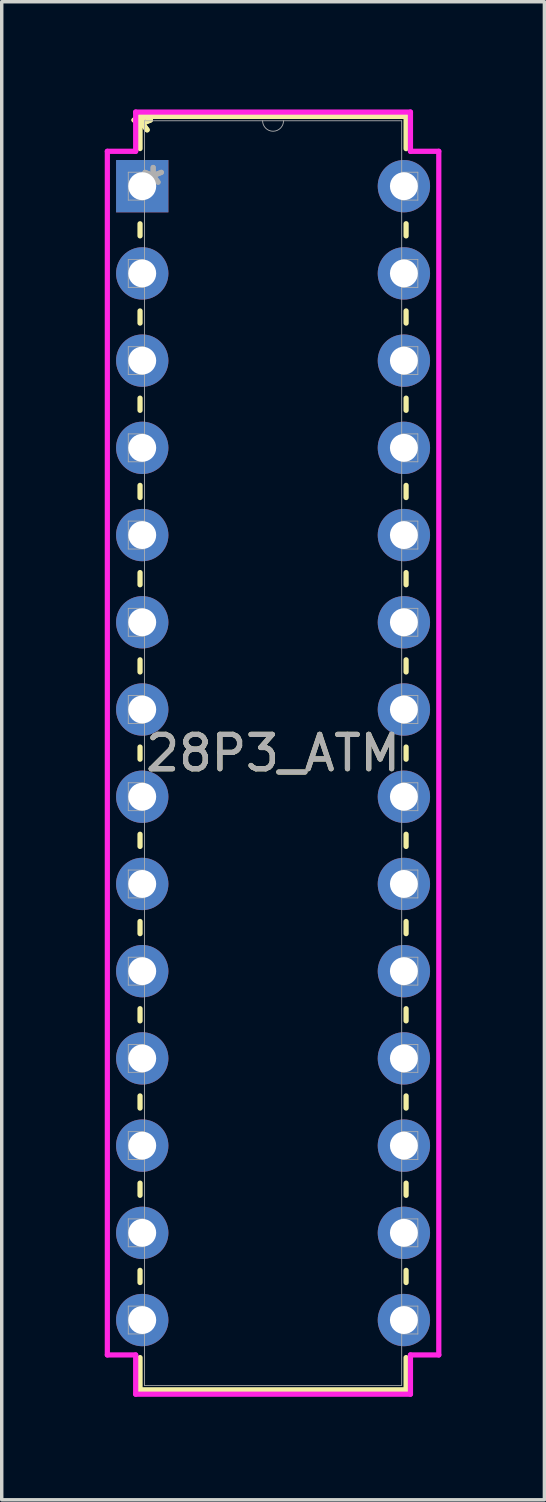
<source format=kicad_pcb>
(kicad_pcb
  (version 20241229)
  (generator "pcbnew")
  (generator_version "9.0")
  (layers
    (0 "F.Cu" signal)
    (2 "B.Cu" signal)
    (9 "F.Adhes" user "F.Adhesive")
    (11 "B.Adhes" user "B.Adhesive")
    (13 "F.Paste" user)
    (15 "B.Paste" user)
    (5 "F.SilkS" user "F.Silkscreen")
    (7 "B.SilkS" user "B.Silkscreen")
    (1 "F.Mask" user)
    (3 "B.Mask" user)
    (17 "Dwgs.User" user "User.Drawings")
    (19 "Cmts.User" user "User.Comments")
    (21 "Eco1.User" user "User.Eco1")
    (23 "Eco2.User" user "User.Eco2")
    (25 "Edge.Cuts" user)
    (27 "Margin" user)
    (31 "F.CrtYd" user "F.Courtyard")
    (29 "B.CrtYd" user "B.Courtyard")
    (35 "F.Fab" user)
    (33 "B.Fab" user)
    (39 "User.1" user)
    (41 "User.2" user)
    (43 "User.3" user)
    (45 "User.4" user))
  (footprint "28P3_ATM"
    (layer "F.Cu")
    (at 1.092 2.372)
    (property "Reference" "28P3_ATM" (at 3.81 16.51 0) (unlocked yes) (layer "F.SilkS") (effects (font (size 1 1) (thickness 0.15))))
    (attr through_hole)
    (fp_line (start -0.064 -2.032) (end -0.064 -1.095) (stroke (width 0.152) (type solid)) (layer "F.SilkS"))
    (fp_line (start -0.064 1.095) (end -0.064 1.447) (stroke (width 0.152) (type solid)) (layer "F.SilkS"))
    (fp_line (start -0.064 3.633) (end -0.064 3.987) (stroke (width 0.152) (type solid)) (layer "F.SilkS"))
    (fp_line (start -0.064 6.173) (end -0.064 6.527) (stroke (width 0.152) (type solid)) (layer "F.SilkS"))
    (fp_line (start -0.064 8.713) (end -0.064 9.067) (stroke (width 0.152) (type solid)) (layer "F.SilkS"))
    (fp_line (start -0.064 11.253) (end -0.064 11.607) (stroke (width 0.152) (type solid)) (layer "F.SilkS"))
    (fp_line (start -0.064 13.793) (end -0.064 14.147) (stroke (width 0.152) (type solid)) (layer "F.SilkS"))
    (fp_line (start -0.064 16.333) (end -0.064 16.687) (stroke (width 0.152) (type solid)) (layer "F.SilkS"))
    (fp_line (start -0.064 18.873) (end -0.064 19.227) (stroke (width 0.152) (type solid)) (layer "F.SilkS"))
    (fp_line (start -0.064 21.413) (end -0.064 21.767) (stroke (width 0.152) (type solid)) (layer "F.SilkS"))
    (fp_line (start -0.064 23.953) (end -0.064 24.307) (stroke (width 0.152) (type solid)) (layer "F.SilkS"))
    (fp_line (start -0.064 26.493) (end -0.064 26.847) (stroke (width 0.152) (type solid)) (layer "F.SilkS"))
    (fp_line (start -0.064 29.033) (end -0.064 29.387) (stroke (width 0.152) (type solid)) (layer "F.SilkS"))
    (fp_line (start -0.064 31.573) (end -0.064 31.927) (stroke (width 0.152) (type solid)) (layer "F.SilkS"))
    (fp_line (start -0.064 34.113) (end -0.064 35.052) (stroke (width 0.152) (type solid)) (layer "F.SilkS"))
    (fp_line (start -0.064 35.052) (end 7.684 35.052) (stroke (width 0.152) (type solid)) (layer "F.SilkS"))
    (fp_line (start 7.684 -2.032) (end -0.064 -2.032) (stroke (width 0.152) (type solid)) (layer "F.SilkS"))
    (fp_line (start 7.684 -1.093) (end 7.684 -2.032) (stroke (width 0.152) (type solid)) (layer "F.SilkS"))
    (fp_line (start 7.684 1.447) (end 7.684 1.093) (stroke (width 0.152) (type solid)) (layer "F.SilkS"))
    (fp_line (start 7.684 3.987) (end 7.684 3.633) (stroke (width 0.152) (type solid)) (layer "F.SilkS"))
    (fp_line (start 7.684 6.527) (end 7.684 6.173) (stroke (width 0.152) (type solid)) (layer "F.SilkS"))
    (fp_line (start 7.684 9.067) (end 7.684 8.713) (stroke (width 0.152) (type solid)) (layer "F.SilkS"))
    (fp_line (start 7.684 11.607) (end 7.684 11.253) (stroke (width 0.152) (type solid)) (layer "F.SilkS"))
    (fp_line (start 7.684 14.147) (end 7.684 13.793) (stroke (width 0.152) (type solid)) (layer "F.SilkS"))
    (fp_line (start 7.684 16.687) (end 7.684 16.333) (stroke (width 0.152) (type solid)) (layer "F.SilkS"))
    (fp_line (start 7.684 19.227) (end 7.684 18.873) (stroke (width 0.152) (type solid)) (layer "F.SilkS"))
    (fp_line (start 7.684 21.767) (end 7.684 21.413) (stroke (width 0.152) (type solid)) (layer "F.SilkS"))
    (fp_line (start 7.684 24.307) (end 7.684 23.953) (stroke (width 0.152) (type solid)) (layer "F.SilkS"))
    (fp_line (start 7.684 26.847) (end 7.684 26.493) (stroke (width 0.152) (type solid)) (layer "F.SilkS"))
    (fp_line (start 7.684 29.387) (end 7.684 29.033) (stroke (width 0.152) (type solid)) (layer "F.SilkS"))
    (fp_line (start 7.684 31.927) (end 7.684 31.573) (stroke (width 0.152) (type solid)) (layer "F.SilkS"))
    (fp_line (start 7.684 35.052) (end 7.684 34.113) (stroke (width 0.152) (type solid)) (layer "F.SilkS"))
    (fp_line (start -1.016 -1.016) (end -0.191 -1.016) (stroke (width 0.152) (type solid)) (layer "F.CrtYd"))
    (fp_line (start -1.016 34.036) (end -1.016 -1.016) (stroke (width 0.152) (type solid)) (layer "F.CrtYd"))
    (fp_line (start -0.191 -2.159) (end 7.811 -2.159) (stroke (width 0.152) (type solid)) (layer "F.CrtYd"))
    (fp_line (start -0.191 -1.016) (end -0.191 -2.159) (stroke (width 0.152) (type solid)) (layer "F.CrtYd"))
    (fp_line (start -0.191 34.036) (end -1.016 34.036) (stroke (width 0.152) (type solid)) (layer "F.CrtYd"))
    (fp_line (start -0.191 35.179) (end -0.191 34.036) (stroke (width 0.152) (type solid)) (layer "F.CrtYd"))
    (fp_line (start 7.811 -2.159) (end 7.811 -1.016) (stroke (width 0.152) (type solid)) (layer "F.CrtYd"))
    (fp_line (start 7.811 34.036) (end 7.811 35.179) (stroke (width 0.152) (type solid)) (layer "F.CrtYd"))
    (fp_line (start 7.811 35.179) (end -0.191 35.179) (stroke (width 0.152) (type solid)) (layer "F.CrtYd"))
    (fp_line (start 8.636 -1.016) (end 7.811 -1.016) (stroke (width 0.152) (type solid)) (layer "F.CrtYd"))
    (fp_line (start 8.636 -1.016) (end 8.636 34.036) (stroke (width 0.152) (type solid)) (layer "F.CrtYd"))
    (fp_line (start 8.636 34.036) (end 7.811 34.036) (stroke (width 0.152) (type solid)) (layer "F.CrtYd"))
    (fp_line (start -0.406 -0.406) (end -0.406 0.406) (stroke (width 0.025) (type solid)) (layer "F.Fab"))
    (fp_line (start -0.406 0.406) (end 0.064 0.406) (stroke (width 0.025) (type solid)) (layer "F.Fab"))
    (fp_line (start -0.406 2.134) (end -0.406 2.946) (stroke (width 0.025) (type solid)) (layer "F.Fab"))
    (fp_line (start -0.406 2.946) (end 0.064 2.946) (stroke (width 0.025) (type solid)) (layer "F.Fab"))
    (fp_line (start -0.406 4.674) (end -0.406 5.486) (stroke (width 0.025) (type solid)) (layer "F.Fab"))
    (fp_line (start -0.406 5.486) (end 0.064 5.486) (stroke (width 0.025) (type solid)) (layer "F.Fab"))
    (fp_line (start -0.406 7.214) (end -0.406 8.026) (stroke (width 0.025) (type solid)) (layer "F.Fab"))
    (fp_line (start -0.406 8.026) (end 0.064 8.026) (stroke (width 0.025) (type solid)) (layer "F.Fab"))
    (fp_line (start -0.406 9.754) (end -0.406 10.566) (stroke (width 0.025) (type solid)) (layer "F.Fab"))
    (fp_line (start -0.406 10.566) (end 0.064 10.566) (stroke (width 0.025) (type solid)) (layer "F.Fab"))
    (fp_line (start -0.406 12.294) (end -0.406 13.106) (stroke (width 0.025) (type solid)) (layer "F.Fab"))
    (fp_line (start -0.406 13.106) (end 0.064 13.106) (stroke (width 0.025) (type solid)) (layer "F.Fab"))
    (fp_line (start -0.406 14.834) (end -0.406 15.646) (stroke (width 0.025) (type solid)) (layer "F.Fab"))
    (fp_line (start -0.406 15.646) (end 0.064 15.646) (stroke (width 0.025) (type solid)) (layer "F.Fab"))
    (fp_line (start -0.406 17.374) (end -0.406 18.186) (stroke (width 0.025) (type solid)) (layer "F.Fab"))
    (fp_line (start -0.406 18.186) (end 0.064 18.186) (stroke (width 0.025) (type solid)) (layer "F.Fab"))
    (fp_line (start -0.406 19.914) (end -0.406 20.726) (stroke (width 0.025) (type solid)) (layer "F.Fab"))
    (fp_line (start -0.406 20.726) (end 0.064 20.726) (stroke (width 0.025) (type solid)) (layer "F.Fab"))
    (fp_line (start -0.406 22.454) (end -0.406 23.266) (stroke (width 0.025) (type solid)) (layer "F.Fab"))
    (fp_line (start -0.406 23.266) (end 0.064 23.266) (stroke (width 0.025) (type solid)) (layer "F.Fab"))
    (fp_line (start -0.406 24.994) (end -0.406 25.806) (stroke (width 0.025) (type solid)) (layer "F.Fab"))
    (fp_line (start -0.406 25.806) (end 0.064 25.806) (stroke (width 0.025) (type solid)) (layer "F.Fab"))
    (fp_line (start -0.406 27.534) (end -0.406 28.346) (stroke (width 0.025) (type solid)) (layer "F.Fab"))
    (fp_line (start -0.406 28.346) (end 0.064 28.346) (stroke (width 0.025) (type solid)) (layer "F.Fab"))
    (fp_line (start -0.406 30.074) (end -0.406 30.886) (stroke (width 0.025) (type solid)) (layer "F.Fab"))
    (fp_line (start -0.406 30.886) (end 0.064 30.886) (stroke (width 0.025) (type solid)) (layer "F.Fab"))
    (fp_line (start -0.406 32.614) (end -0.406 33.426) (stroke (width 0.025) (type solid)) (layer "F.Fab"))
    (fp_line (start -0.406 33.426) (end 0.064 33.426) (stroke (width 0.025) (type solid)) (layer "F.Fab"))
    (fp_line (start 0.064 -1.905) (end 0.064 34.925) (stroke (width 0.025) (type solid)) (layer "F.Fab"))
    (fp_line (start 0.064 -0.406) (end -0.406 -0.406) (stroke (width 0.025) (type solid)) (layer "F.Fab"))
    (fp_line (start 0.064 0.406) (end 0.064 -0.406) (stroke (width 0.025) (type solid)) (layer "F.Fab"))
    (fp_line (start 0.064 2.134) (end -0.406 2.134) (stroke (width 0.025) (type solid)) (layer "F.Fab"))
    (fp_line (start 0.064 2.946) (end 0.064 2.134) (stroke (width 0.025) (type solid)) (layer "F.Fab"))
    (fp_line (start 0.064 4.674) (end -0.406 4.674) (stroke (width 0.025) (type solid)) (layer "F.Fab"))
    (fp_line (start 0.064 5.486) (end 0.064 4.674) (stroke (width 0.025) (type solid)) (layer "F.Fab"))
    (fp_line (start 0.064 7.214) (end -0.406 7.214) (stroke (width 0.025) (type solid)) (layer "F.Fab"))
    (fp_line (start 0.064 8.026) (end 0.064 7.214) (stroke (width 0.025) (type solid)) (layer "F.Fab"))
    (fp_line (start 0.064 9.754) (end -0.406 9.754) (stroke (width 0.025) (type solid)) (layer "F.Fab"))
    (fp_line (start 0.064 10.566) (end 0.064 9.754) (stroke (width 0.025) (type solid)) (layer "F.Fab"))
    (fp_line (start 0.064 12.294) (end -0.406 12.294) (stroke (width 0.025) (type solid)) (layer "F.Fab"))
    (fp_line (start 0.064 13.106) (end 0.064 12.294) (stroke (width 0.025) (type solid)) (layer "F.Fab"))
    (fp_line (start 0.064 14.834) (end -0.406 14.834) (stroke (width 0.025) (type solid)) (layer "F.Fab"))
    (fp_line (start 0.064 15.646) (end 0.064 14.834) (stroke (width 0.025) (type solid)) (layer "F.Fab"))
    (fp_line (start 0.064 17.374) (end -0.406 17.374) (stroke (width 0.025) (type solid)) (layer "F.Fab"))
    (fp_line (start 0.064 18.186) (end 0.064 17.374) (stroke (width 0.025) (type solid)) (layer "F.Fab"))
    (fp_line (start 0.064 19.914) (end -0.406 19.914) (stroke (width 0.025) (type solid)) (layer "F.Fab"))
    (fp_line (start 0.064 20.726) (end 0.064 19.914) (stroke (width 0.025) (type solid)) (layer "F.Fab"))
    (fp_line (start 0.064 22.454) (end -0.406 22.454) (stroke (width 0.025) (type solid)) (layer "F.Fab"))
    (fp_line (start 0.064 23.266) (end 0.064 22.454) (stroke (width 0.025) (type solid)) (layer "F.Fab"))
    (fp_line (start 0.064 24.994) (end -0.406 24.994) (stroke (width 0.025) (type solid)) (layer "F.Fab"))
    (fp_line (start 0.064 25.806) (end 0.064 24.994) (stroke (width 0.025) (type solid)) (layer "F.Fab"))
    (fp_line (start 0.064 27.534) (end -0.406 27.534) (stroke (width 0.025) (type solid)) (layer "F.Fab"))
    (fp_line (start 0.064 28.346) (end 0.064 27.534) (stroke (width 0.025) (type solid)) (layer "F.Fab"))
    (fp_line (start 0.064 30.074) (end -0.406 30.074) (stroke (width 0.025) (type solid)) (layer "F.Fab"))
    (fp_line (start 0.064 30.886) (end 0.064 30.074) (stroke (width 0.025) (type solid)) (layer "F.Fab"))
    (fp_line (start 0.064 32.614) (end -0.406 32.614) (stroke (width 0.025) (type solid)) (layer "F.Fab"))
    (fp_line (start 0.064 33.426) (end 0.064 32.614) (stroke (width 0.025) (type solid)) (layer "F.Fab"))
    (fp_line (start 0.064 34.925) (end 7.556 34.925) (stroke (width 0.025) (type solid)) (layer "F.Fab"))
    (fp_line (start 7.556 -1.905) (end 0.064 -1.905) (stroke (width 0.025) (type solid)) (layer "F.Fab"))
    (fp_line (start 7.556 -0.406) (end 7.556 0.406) (stroke (width 0.025) (type solid)) (layer "F.Fab"))
    (fp_line (start 7.556 0.406) (end 8.026 0.406) (stroke (width 0.025) (type solid)) (layer "F.Fab"))
    (fp_line (start 7.556 2.134) (end 7.556 2.946) (stroke (width 0.025) (type solid)) (layer "F.Fab"))
    (fp_line (start 7.556 2.946) (end 8.026 2.946) (stroke (width 0.025) (type solid)) (layer "F.Fab"))
    (fp_line (start 7.556 4.674) (end 7.556 5.486) (stroke (width 0.025) (type solid)) (layer "F.Fab"))
    (fp_line (start 7.556 5.486) (end 8.026 5.486) (stroke (width 0.025) (type solid)) (layer "F.Fab"))
    (fp_line (start 7.556 7.214) (end 7.556 8.026) (stroke (width 0.025) (type solid)) (layer "F.Fab"))
    (fp_line (start 7.556 8.026) (end 8.026 8.026) (stroke (width 0.025) (type solid)) (layer "F.Fab"))
    (fp_line (start 7.556 9.754) (end 7.556 10.566) (stroke (width 0.025) (type solid)) (layer "F.Fab"))
    (fp_line (start 7.556 10.566) (end 8.026 10.566) (stroke (width 0.025) (type solid)) (layer "F.Fab"))
    (fp_line (start 7.556 12.294) (end 7.556 13.106) (stroke (width 0.025) (type solid)) (layer "F.Fab"))
    (fp_line (start 7.556 13.106) (end 8.026 13.106) (stroke (width 0.025) (type solid)) (layer "F.Fab"))
    (fp_line (start 7.556 14.834) (end 7.556 15.646) (stroke (width 0.025) (type solid)) (layer "F.Fab"))
    (fp_line (start 7.556 15.646) (end 8.026 15.646) (stroke (width 0.025) (type solid)) (layer "F.Fab"))
    (fp_line (start 7.556 17.374) (end 7.556 18.186) (stroke (width 0.025) (type solid)) (layer "F.Fab"))
    (fp_line (start 7.556 18.186) (end 8.026 18.186) (stroke (width 0.025) (type solid)) (layer "F.Fab"))
    (fp_line (start 7.556 19.914) (end 7.556 20.726) (stroke (width 0.025) (type solid)) (layer "F.Fab"))
    (fp_line (start 7.556 20.726) (end 8.026 20.726) (stroke (width 0.025) (type solid)) (layer "F.Fab"))
    (fp_line (start 7.556 22.454) (end 7.556 23.266) (stroke (width 0.025) (type solid)) (layer "F.Fab"))
    (fp_line (start 7.556 23.266) (end 8.026 23.266) (stroke (width 0.025) (type solid)) (layer "F.Fab"))
    (fp_line (start 7.556 24.994) (end 7.556 25.806) (stroke (width 0.025) (type solid)) (layer "F.Fab"))
    (fp_line (start 7.556 25.806) (end 8.026 25.806) (stroke (width 0.025) (type solid)) (layer "F.Fab"))
    (fp_line (start 7.556 27.534) (end 7.556 28.346) (stroke (width 0.025) (type solid)) (layer "F.Fab"))
    (fp_line (start 7.556 28.346) (end 8.026 28.346) (stroke (width 0.025) (type solid)) (layer "F.Fab"))
    (fp_line (start 7.556 30.074) (end 7.556 30.886) (stroke (width 0.025) (type solid)) (layer "F.Fab"))
    (fp_line (start 7.556 30.886) (end 8.026 30.886) (stroke (width 0.025) (type solid)) (layer "F.Fab"))
    (fp_line (start 7.556 32.614) (end 7.556 33.426) (stroke (width 0.025) (type solid)) (layer "F.Fab"))
    (fp_line (start 7.556 33.426) (end 8.026 33.426) (stroke (width 0.025) (type solid)) (layer "F.Fab"))
    (fp_line (start 7.556 34.925) (end 7.556 -1.905) (stroke (width 0.025) (type solid)) (layer "F.Fab"))
    (fp_line (start 8.026 -0.406) (end 7.556 -0.406) (stroke (width 0.025) (type solid)) (layer "F.Fab"))
    (fp_line (start 8.026 0.406) (end 8.026 -0.406) (stroke (width 0.025) (type solid)) (layer "F.Fab"))
    (fp_line (start 8.026 2.134) (end 7.556 2.134) (stroke (width 0.025) (type solid)) (layer "F.Fab"))
    (fp_line (start 8.026 2.946) (end 8.026 2.134) (stroke (width 0.025) (type solid)) (layer "F.Fab"))
    (fp_line (start 8.026 4.674) (end 7.556 4.674) (stroke (width 0.025) (type solid)) (layer "F.Fab"))
    (fp_line (start 8.026 5.486) (end 8.026 4.674) (stroke (width 0.025) (type solid)) (layer "F.Fab"))
    (fp_line (start 8.026 7.214) (end 7.556 7.214) (stroke (width 0.025) (type solid)) (layer "F.Fab"))
    (fp_line (start 8.026 8.026) (end 8.026 7.214) (stroke (width 0.025) (type solid)) (layer "F.Fab"))
    (fp_line (start 8.026 9.754) (end 7.556 9.754) (stroke (width 0.025) (type solid)) (layer "F.Fab"))
    (fp_line (start 8.026 10.566) (end 8.026 9.754) (stroke (width 0.025) (type solid)) (layer "F.Fab"))
    (fp_line (start 8.026 12.294) (end 7.556 12.294) (stroke (width 0.025) (type solid)) (layer "F.Fab"))
    (fp_line (start 8.026 13.106) (end 8.026 12.294) (stroke (width 0.025) (type solid)) (layer "F.Fab"))
    (fp_line (start 8.026 14.834) (end 7.556 14.834) (stroke (width 0.025) (type solid)) (layer "F.Fab"))
    (fp_line (start 8.026 15.646) (end 8.026 14.834) (stroke (width 0.025) (type solid)) (layer "F.Fab"))
    (fp_line (start 8.026 17.374) (end 7.556 17.374) (stroke (width 0.025) (type solid)) (layer "F.Fab"))
    (fp_line (start 8.026 18.186) (end 8.026 17.374) (stroke (width 0.025) (type solid)) (layer "F.Fab"))
    (fp_line (start 8.026 19.914) (end 7.556 19.914) (stroke (width 0.025) (type solid)) (layer "F.Fab"))
    (fp_line (start 8.026 20.726) (end 8.026 19.914) (stroke (width 0.025) (type solid)) (layer "F.Fab"))
    (fp_line (start 8.026 22.454) (end 7.556 22.454) (stroke (width 0.025) (type solid)) (layer "F.Fab"))
    (fp_line (start 8.026 23.266) (end 8.026 22.454) (stroke (width 0.025) (type solid)) (layer "F.Fab"))
    (fp_line (start 8.026 24.994) (end 7.556 24.994) (stroke (width 0.025) (type solid)) (layer "F.Fab"))
    (fp_line (start 8.026 25.806) (end 8.026 24.994) (stroke (width 0.025) (type solid)) (layer "F.Fab"))
    (fp_line (start 8.026 27.534) (end 7.556 27.534) (stroke (width 0.025) (type solid)) (layer "F.Fab"))
    (fp_line (start 8.026 28.346) (end 8.026 27.534) (stroke (width 0.025) (type solid)) (layer "F.Fab"))
    (fp_line (start 8.026 30.074) (end 7.556 30.074) (stroke (width 0.025) (type solid)) (layer "F.Fab"))
    (fp_line (start 8.026 30.886) (end 8.026 30.074) (stroke (width 0.025) (type solid)) (layer "F.Fab"))
    (fp_line (start 8.026 32.614) (end 7.556 32.614) (stroke (width 0.025) (type solid)) (layer "F.Fab"))
    (fp_line (start 8.026 33.426) (end 8.026 32.614) (stroke (width 0.025) (type solid)) (layer "F.Fab"))
    (fp_arc (start 4.1148 -1.905) (mid 3.81 -1.6002) (end 3.5052 -1.905) (stroke (width 0.0254) (type solid)) (layer "F.Fab"))
    (fp_text user "*" (at 0 -1.524 0) (layer "F.SilkS") (effects (font (size 1 1) (thickness 0.15))))
    (fp_text user "*" (at 0 -1.524 0) (unlocked yes) (layer "F.SilkS") (effects (font (size 1 1) (thickness 0.15))))
    (fp_text user "*" (at 0.318 0 0) (layer "F.Fab") (effects (font (size 1 1) (thickness 0.15))))
    (fp_text user "${REFERENCE}" (at 3.81 16.51 0) (unlocked yes) (layer "F.Fab") (effects (font (size 1 1) (thickness 0.15))))
    (fp_text user "*" (at 0.318 0 0) (unlocked yes) (layer "F.Fab") (effects (font (size 1 1) (thickness 0.15))))
    (pad "1" thru_hole rect (at 0 0) (size 1.524 1.524) (drill 0.813) (layers "*.Cu" "*.Mask"))
    (pad "2" thru_hole circle (at 0 2.54) (size 1.524 1.524) (drill 0.813) (layers "*.Cu" "*.Mask"))
    (pad "3" thru_hole circle (at 0 5.08) (size 1.524 1.524) (drill 0.813) (layers "*.Cu" "*.Mask"))
    (pad "4" thru_hole circle (at 0 7.62) (size 1.524 1.524) (drill 0.813) (layers "*.Cu" "*.Mask"))
    (pad "5" thru_hole circle (at 0 10.16) (size 1.524 1.524) (drill 0.813) (layers "*.Cu" "*.Mask"))
    (pad "6" thru_hole circle (at 0 12.7) (size 1.524 1.524) (drill 0.813) (layers "*.Cu" "*.Mask"))
    (pad "7" thru_hole circle (at 0 15.24) (size 1.524 1.524) (drill 0.813) (layers "*.Cu" "*.Mask"))
    (pad "8" thru_hole circle (at 0 17.78) (size 1.524 1.524) (drill 0.813) (layers "*.Cu" "*.Mask"))
    (pad "9" thru_hole circle (at 0 20.32) (size 1.524 1.524) (drill 0.813) (layers "*.Cu" "*.Mask"))
    (pad "10" thru_hole circle (at 0 22.86) (size 1.524 1.524) (drill 0.813) (layers "*.Cu" "*.Mask"))
    (pad "11" thru_hole circle (at 0 25.4) (size 1.524 1.524) (drill 0.813) (layers "*.Cu" "*.Mask"))
    (pad "12" thru_hole circle (at 0 27.94) (size 1.524 1.524) (drill 0.813) (layers "*.Cu" "*.Mask"))
    (pad "13" thru_hole circle (at 0 30.48) (size 1.524 1.524) (drill 0.813) (layers "*.Cu" "*.Mask"))
    (pad "14" thru_hole circle (at 0 33.02) (size 1.524 1.524) (drill 0.813) (layers "*.Cu" "*.Mask"))
    (pad "15" thru_hole circle (at 7.62 33.02) (size 1.524 1.524) (drill 0.813) (layers "*.Cu" "*.Mask"))
    (pad "16" thru_hole circle (at 7.62 30.48) (size 1.524 1.524) (drill 0.813) (layers "*.Cu" "*.Mask"))
    (pad "17" thru_hole circle (at 7.62 27.94) (size 1.524 1.524) (drill 0.813) (layers "*.Cu" "*.Mask"))
    (pad "18" thru_hole circle (at 7.62 25.4) (size 1.524 1.524) (drill 0.813) (layers "*.Cu" "*.Mask"))
    (pad "19" thru_hole circle (at 7.62 22.86) (size 1.524 1.524) (drill 0.813) (layers "*.Cu" "*.Mask"))
    (pad "20" thru_hole circle (at 7.62 20.32) (size 1.524 1.524) (drill 0.813) (layers "*.Cu" "*.Mask"))
    (pad "21" thru_hole circle (at 7.62 17.78) (size 1.524 1.524) (drill 0.813) (layers "*.Cu" "*.Mask"))
    (pad "22" thru_hole circle (at 7.62 15.24) (size 1.524 1.524) (drill 0.813) (layers "*.Cu" "*.Mask"))
    (pad "23" thru_hole circle (at 7.62 12.7) (size 1.524 1.524) (drill 0.813) (layers "*.Cu" "*.Mask"))
    (pad "24" thru_hole circle (at 7.62 10.16) (size 1.524 1.524) (drill 0.813) (layers "*.Cu" "*.Mask"))
    (pad "25" thru_hole circle (at 7.62 7.62) (size 1.524 1.524) (drill 0.813) (layers "*.Cu" "*.Mask"))
    (pad "26" thru_hole circle (at 7.62 5.08) (size 1.524 1.524) (drill 0.813) (layers "*.Cu" "*.Mask"))
    (pad "27" thru_hole circle (at 7.62 2.54) (size 1.524 1.524) (drill 0.813) (layers "*.Cu" "*.Mask"))
    (pad "28" thru_hole circle (at 7.62 0) (size 1.524 1.524) (drill 0.813) (layers "*.Cu" "*.Mask")))
  (gr_rect
    (start -3 -3)
    (end 12.804 40.627)
    (stroke (width 0.1) (type default))
    (fill no)
    (layer "Edge.Cuts")))
</source>
